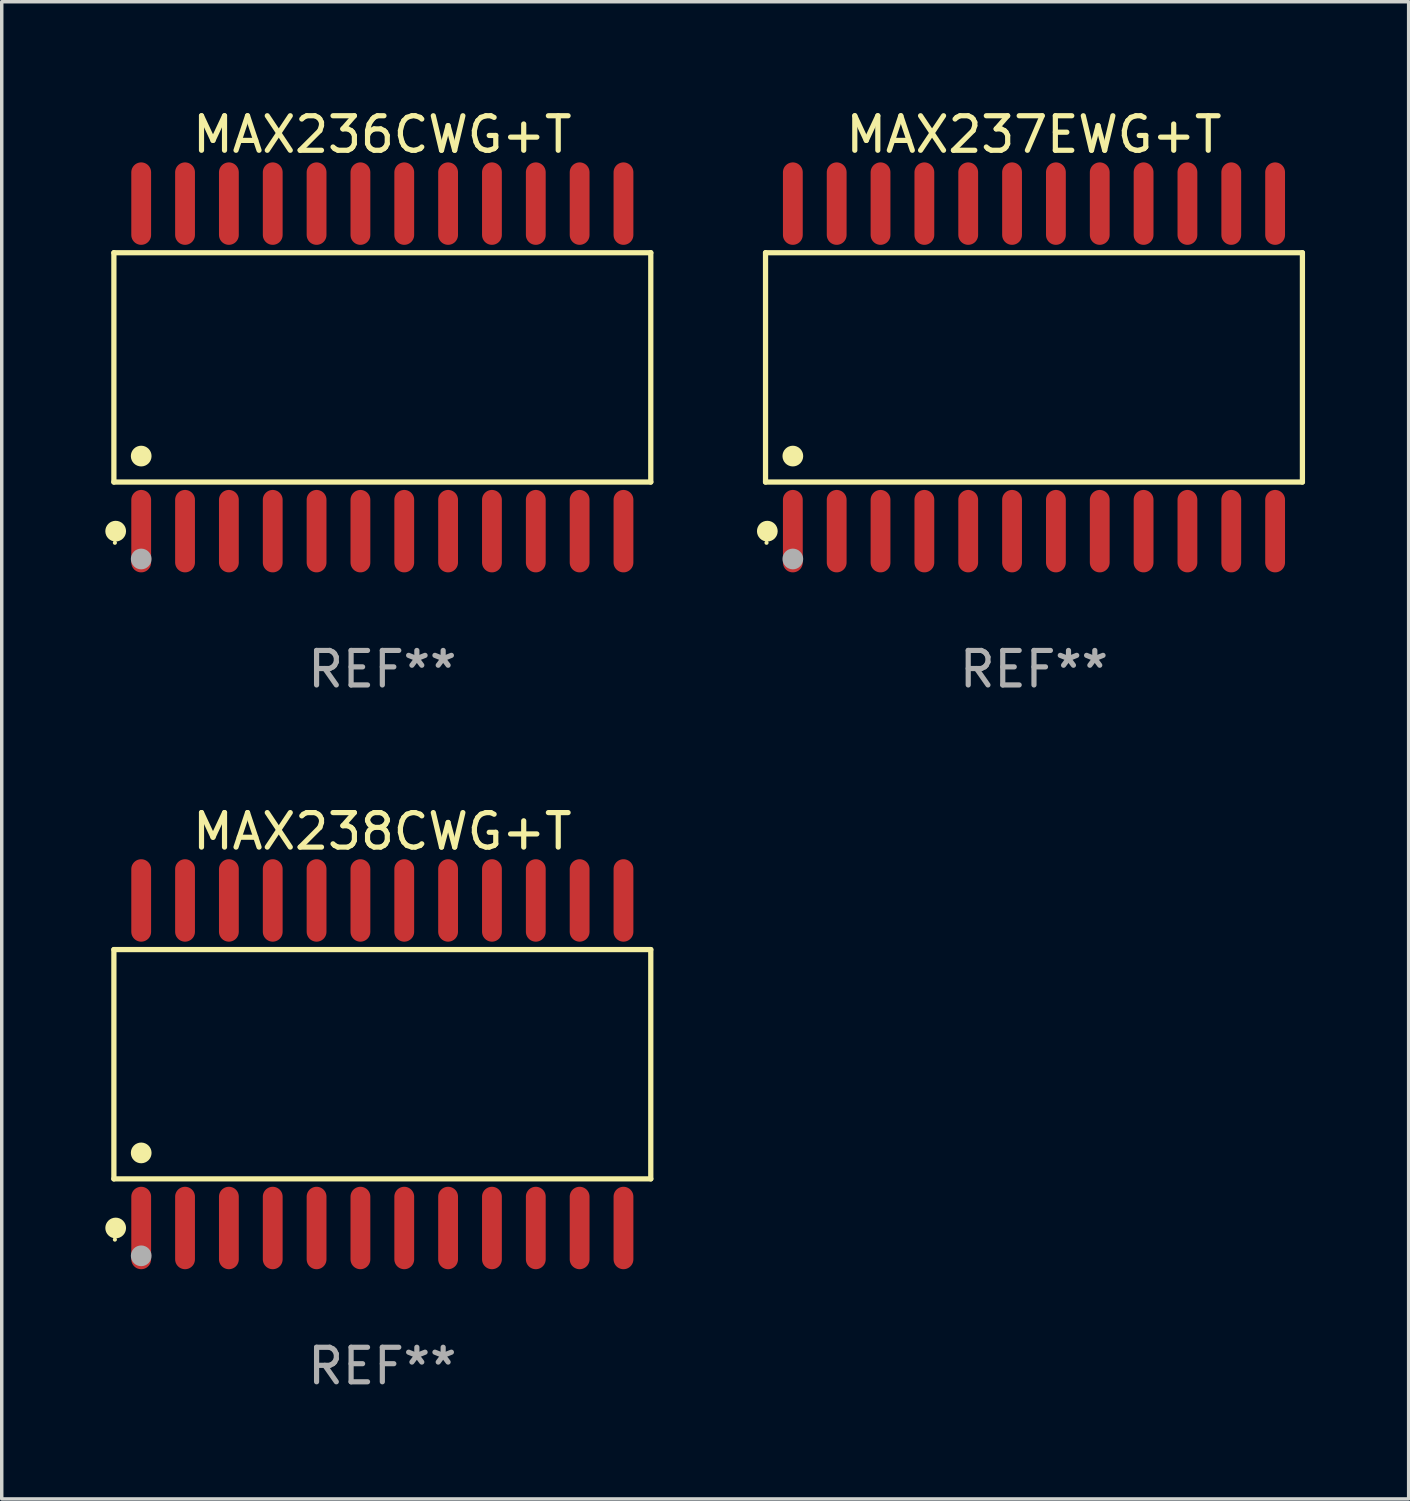
<source format=kicad_pcb>
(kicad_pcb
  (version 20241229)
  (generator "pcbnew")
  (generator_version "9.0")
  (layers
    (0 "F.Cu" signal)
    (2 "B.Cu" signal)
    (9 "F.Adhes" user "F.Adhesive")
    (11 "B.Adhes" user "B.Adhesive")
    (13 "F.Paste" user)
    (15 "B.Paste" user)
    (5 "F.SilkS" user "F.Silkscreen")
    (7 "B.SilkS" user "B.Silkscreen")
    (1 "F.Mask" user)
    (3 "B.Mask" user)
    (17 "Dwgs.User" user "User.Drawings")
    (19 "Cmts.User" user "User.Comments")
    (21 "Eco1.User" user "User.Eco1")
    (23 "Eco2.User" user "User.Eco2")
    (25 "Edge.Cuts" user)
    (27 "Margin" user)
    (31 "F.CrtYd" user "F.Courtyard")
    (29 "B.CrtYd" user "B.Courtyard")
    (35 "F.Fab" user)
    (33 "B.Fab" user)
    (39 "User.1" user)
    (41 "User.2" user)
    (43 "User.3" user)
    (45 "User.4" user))
  (footprint "MAX238CWG+T"
    (layer "F.Cu")
    (at 8.025 27.777)
    (property "Reference" "MAX238CWG+T" (at 0 -6.744 0) (layer "F.SilkS") (effects (font (size 1 1) (thickness 0.15))))
    (attr through_hole)
    (fp_line (start -7.776 -3.321) (end 7.776 -3.321) (stroke (width 0.152) (type solid)) (layer "F.SilkS"))
    (fp_line (start -7.776 3.321) (end -7.776 -3.321) (stroke (width 0.152) (type solid)) (layer "F.SilkS"))
    (fp_line (start 7.776 -3.321) (end 7.776 3.321) (stroke (width 0.152) (type solid)) (layer "F.SilkS"))
    (fp_line (start 7.776 3.321) (end -7.776 3.321) (stroke (width 0.152) (type solid)) (layer "F.SilkS"))
    (fp_circle (center -7.747 5.08) (end -7.717 5.08) (stroke (width 0.06) (type solid)) (fill no) (layer "F.SilkS"))
    (fp_circle (center -7.724 4.744) (end -7.574 4.744) (stroke (width 0.3) (type solid)) (fill no) (layer "F.SilkS"))
    (fp_circle (center -6.985 2.569) (end -6.835 2.569) (stroke (width 0.3) (type solid)) (fill no) (layer "F.SilkS"))
    (fp_circle (center -6.985 5.55) (end -6.835 5.55) (stroke (width 0.3) (type solid)) (fill no) (layer "F.Fab"))
    (fp_text user "REF**" (at 0 8.744 0) (layer "F.Fab") (effects (font (size 1 1) (thickness 0.15))))
    (pad "1" smd oval (at -6.985 4.744) (size 0.574 2.388) (layers "F.Cu" "F.Mask" "F.Paste"))
    (pad "2" smd oval (at -5.715 4.744) (size 0.574 2.388) (layers "F.Cu" "F.Mask" "F.Paste"))
    (pad "3" smd oval (at -4.445 4.744) (size 0.574 2.388) (layers "F.Cu" "F.Mask" "F.Paste"))
    (pad "4" smd oval (at -3.175 4.744) (size 0.574 2.388) (layers "F.Cu" "F.Mask" "F.Paste"))
    (pad "5" smd oval (at -1.905 4.744) (size 0.574 2.388) (layers "F.Cu" "F.Mask" "F.Paste"))
    (pad "6" smd oval (at -0.635 4.744) (size 0.574 2.388) (layers "F.Cu" "F.Mask" "F.Paste"))
    (pad "7" smd oval (at 0.635 4.744) (size 0.574 2.388) (layers "F.Cu" "F.Mask" "F.Paste"))
    (pad "8" smd oval (at 1.905 4.744) (size 0.574 2.388) (layers "F.Cu" "F.Mask" "F.Paste"))
    (pad "9" smd oval (at 3.175 4.744) (size 0.574 2.388) (layers "F.Cu" "F.Mask" "F.Paste"))
    (pad "10" smd oval (at 4.445 4.744) (size 0.574 2.388) (layers "F.Cu" "F.Mask" "F.Paste"))
    (pad "11" smd oval (at 5.715 4.744) (size 0.574 2.388) (layers "F.Cu" "F.Mask" "F.Paste"))
    (pad "12" smd oval (at 6.985 4.744) (size 0.574 2.388) (layers "F.Cu" "F.Mask" "F.Paste"))
    (pad "13" smd oval (at 6.985 -4.744) (size 0.574 2.388) (layers "F.Cu" "F.Mask" "F.Paste"))
    (pad "14" smd oval (at 5.715 -4.744) (size 0.574 2.388) (layers "F.Cu" "F.Mask" "F.Paste"))
    (pad "15" smd oval (at 4.445 -4.744) (size 0.574 2.388) (layers "F.Cu" "F.Mask" "F.Paste"))
    (pad "16" smd oval (at 3.175 -4.744) (size 0.574 2.388) (layers "F.Cu" "F.Mask" "F.Paste"))
    (pad "17" smd oval (at 1.905 -4.744) (size 0.574 2.388) (layers "F.Cu" "F.Mask" "F.Paste"))
    (pad "18" smd oval (at 0.635 -4.744) (size 0.574 2.388) (layers "F.Cu" "F.Mask" "F.Paste"))
    (pad "19" smd oval (at -0.635 -4.744) (size 0.574 2.388) (layers "F.Cu" "F.Mask" "F.Paste"))
    (pad "20" smd oval (at -1.905 -4.744) (size 0.574 2.388) (layers "F.Cu" "F.Mask" "F.Paste"))
    (pad "21" smd oval (at -3.175 -4.744) (size 0.574 2.388) (layers "F.Cu" "F.Mask" "F.Paste"))
    (pad "22" smd oval (at -4.445 -4.744) (size 0.574 2.388) (layers "F.Cu" "F.Mask" "F.Paste"))
    (pad "23" smd oval (at -5.715 -4.744) (size 0.574 2.388) (layers "F.Cu" "F.Mask" "F.Paste"))
    (pad "24" smd oval (at -6.985 -4.744) (size 0.574 2.388) (layers "F.Cu" "F.Mask" "F.Paste")))
  (footprint "MAX237EWG+T"
    (layer "F.Cu")
    (at 26.901 7.592)
    (property "Reference" "MAX237EWG+T" (at 0 -6.744 0) (layer "F.SilkS") (effects (font (size 1 1) (thickness 0.15))))
    (attr through_hole)
    (fp_line (start -7.776 -3.321) (end 7.776 -3.321) (stroke (width 0.152) (type solid)) (layer "F.SilkS"))
    (fp_line (start -7.776 3.321) (end -7.776 -3.321) (stroke (width 0.152) (type solid)) (layer "F.SilkS"))
    (fp_line (start 7.776 -3.321) (end 7.776 3.321) (stroke (width 0.152) (type solid)) (layer "F.SilkS"))
    (fp_line (start 7.776 3.321) (end -7.776 3.321) (stroke (width 0.152) (type solid)) (layer "F.SilkS"))
    (fp_circle (center -7.747 5.08) (end -7.717 5.08) (stroke (width 0.06) (type solid)) (fill no) (layer "F.SilkS"))
    (fp_circle (center -7.724 4.744) (end -7.574 4.744) (stroke (width 0.3) (type solid)) (fill no) (layer "F.SilkS"))
    (fp_circle (center -6.985 2.569) (end -6.835 2.569) (stroke (width 0.3) (type solid)) (fill no) (layer "F.SilkS"))
    (fp_circle (center -6.985 5.55) (end -6.835 5.55) (stroke (width 0.3) (type solid)) (fill no) (layer "F.Fab"))
    (fp_text user "REF**" (at 0 8.744 0) (layer "F.Fab") (effects (font (size 1 1) (thickness 0.15))))
    (pad "1" smd oval (at -6.985 4.744) (size 0.574 2.388) (layers "F.Cu" "F.Mask" "F.Paste"))
    (pad "2" smd oval (at -5.715 4.744) (size 0.574 2.388) (layers "F.Cu" "F.Mask" "F.Paste"))
    (pad "3" smd oval (at -4.445 4.744) (size 0.574 2.388) (layers "F.Cu" "F.Mask" "F.Paste"))
    (pad "4" smd oval (at -3.175 4.744) (size 0.574 2.388) (layers "F.Cu" "F.Mask" "F.Paste"))
    (pad "5" smd oval (at -1.905 4.744) (size 0.574 2.388) (layers "F.Cu" "F.Mask" "F.Paste"))
    (pad "6" smd oval (at -0.635 4.744) (size 0.574 2.388) (layers "F.Cu" "F.Mask" "F.Paste"))
    (pad "7" smd oval (at 0.635 4.744) (size 0.574 2.388) (layers "F.Cu" "F.Mask" "F.Paste"))
    (pad "8" smd oval (at 1.905 4.744) (size 0.574 2.388) (layers "F.Cu" "F.Mask" "F.Paste"))
    (pad "9" smd oval (at 3.175 4.744) (size 0.574 2.388) (layers "F.Cu" "F.Mask" "F.Paste"))
    (pad "10" smd oval (at 4.445 4.744) (size 0.574 2.388) (layers "F.Cu" "F.Mask" "F.Paste"))
    (pad "11" smd oval (at 5.715 4.744) (size 0.574 2.388) (layers "F.Cu" "F.Mask" "F.Paste"))
    (pad "12" smd oval (at 6.985 4.744) (size 0.574 2.388) (layers "F.Cu" "F.Mask" "F.Paste"))
    (pad "13" smd oval (at 6.985 -4.744) (size 0.574 2.388) (layers "F.Cu" "F.Mask" "F.Paste"))
    (pad "14" smd oval (at 5.715 -4.744) (size 0.574 2.388) (layers "F.Cu" "F.Mask" "F.Paste"))
    (pad "15" smd oval (at 4.445 -4.744) (size 0.574 2.388) (layers "F.Cu" "F.Mask" "F.Paste"))
    (pad "16" smd oval (at 3.175 -4.744) (size 0.574 2.388) (layers "F.Cu" "F.Mask" "F.Paste"))
    (pad "17" smd oval (at 1.905 -4.744) (size 0.574 2.388) (layers "F.Cu" "F.Mask" "F.Paste"))
    (pad "18" smd oval (at 0.635 -4.744) (size 0.574 2.388) (layers "F.Cu" "F.Mask" "F.Paste"))
    (pad "19" smd oval (at -0.635 -4.744) (size 0.574 2.388) (layers "F.Cu" "F.Mask" "F.Paste"))
    (pad "20" smd oval (at -1.905 -4.744) (size 0.574 2.388) (layers "F.Cu" "F.Mask" "F.Paste"))
    (pad "21" smd oval (at -3.175 -4.744) (size 0.574 2.388) (layers "F.Cu" "F.Mask" "F.Paste"))
    (pad "22" smd oval (at -4.445 -4.744) (size 0.574 2.388) (layers "F.Cu" "F.Mask" "F.Paste"))
    (pad "23" smd oval (at -5.715 -4.744) (size 0.574 2.388) (layers "F.Cu" "F.Mask" "F.Paste"))
    (pad "24" smd oval (at -6.985 -4.744) (size 0.574 2.388) (layers "F.Cu" "F.Mask" "F.Paste")))
  (footprint "MAX236CWG+T"
    (layer "F.Cu")
    (at 8.025 7.592)
    (property "Reference" "MAX236CWG+T" (at 0 -6.744 0) (layer "F.SilkS") (effects (font (size 1 1) (thickness 0.15))))
    (attr through_hole)
    (fp_line (start -7.776 -3.321) (end 7.776 -3.321) (stroke (width 0.152) (type solid)) (layer "F.SilkS"))
    (fp_line (start -7.776 3.321) (end -7.776 -3.321) (stroke (width 0.152) (type solid)) (layer "F.SilkS"))
    (fp_line (start 7.776 -3.321) (end 7.776 3.321) (stroke (width 0.152) (type solid)) (layer "F.SilkS"))
    (fp_line (start 7.776 3.321) (end -7.776 3.321) (stroke (width 0.152) (type solid)) (layer "F.SilkS"))
    (fp_circle (center -7.747 5.08) (end -7.717 5.08) (stroke (width 0.06) (type solid)) (fill no) (layer "F.SilkS"))
    (fp_circle (center -7.724 4.744) (end -7.574 4.744) (stroke (width 0.3) (type solid)) (fill no) (layer "F.SilkS"))
    (fp_circle (center -6.985 2.569) (end -6.835 2.569) (stroke (width 0.3) (type solid)) (fill no) (layer "F.SilkS"))
    (fp_circle (center -6.985 5.55) (end -6.835 5.55) (stroke (width 0.3) (type solid)) (fill no) (layer "F.Fab"))
    (fp_text user "REF**" (at 0 8.744 0) (layer "F.Fab") (effects (font (size 1 1) (thickness 0.15))))
    (pad "1" smd oval (at -6.985 4.744) (size 0.574 2.388) (layers "F.Cu" "F.Mask" "F.Paste"))
    (pad "2" smd oval (at -5.715 4.744) (size 0.574 2.388) (layers "F.Cu" "F.Mask" "F.Paste"))
    (pad "3" smd oval (at -4.445 4.744) (size 0.574 2.388) (layers "F.Cu" "F.Mask" "F.Paste"))
    (pad "4" smd oval (at -3.175 4.744) (size 0.574 2.388) (layers "F.Cu" "F.Mask" "F.Paste"))
    (pad "5" smd oval (at -1.905 4.744) (size 0.574 2.388) (layers "F.Cu" "F.Mask" "F.Paste"))
    (pad "6" smd oval (at -0.635 4.744) (size 0.574 2.388) (layers "F.Cu" "F.Mask" "F.Paste"))
    (pad "7" smd oval (at 0.635 4.744) (size 0.574 2.388) (layers "F.Cu" "F.Mask" "F.Paste"))
    (pad "8" smd oval (at 1.905 4.744) (size 0.574 2.388) (layers "F.Cu" "F.Mask" "F.Paste"))
    (pad "9" smd oval (at 3.175 4.744) (size 0.574 2.388) (layers "F.Cu" "F.Mask" "F.Paste"))
    (pad "10" smd oval (at 4.445 4.744) (size 0.574 2.388) (layers "F.Cu" "F.Mask" "F.Paste"))
    (pad "11" smd oval (at 5.715 4.744) (size 0.574 2.388) (layers "F.Cu" "F.Mask" "F.Paste"))
    (pad "12" smd oval (at 6.985 4.744) (size 0.574 2.388) (layers "F.Cu" "F.Mask" "F.Paste"))
    (pad "13" smd oval (at 6.985 -4.744) (size 0.574 2.388) (layers "F.Cu" "F.Mask" "F.Paste"))
    (pad "14" smd oval (at 5.715 -4.744) (size 0.574 2.388) (layers "F.Cu" "F.Mask" "F.Paste"))
    (pad "15" smd oval (at 4.445 -4.744) (size 0.574 2.388) (layers "F.Cu" "F.Mask" "F.Paste"))
    (pad "16" smd oval (at 3.175 -4.744) (size 0.574 2.388) (layers "F.Cu" "F.Mask" "F.Paste"))
    (pad "17" smd oval (at 1.905 -4.744) (size 0.574 2.388) (layers "F.Cu" "F.Mask" "F.Paste"))
    (pad "18" smd oval (at 0.635 -4.744) (size 0.574 2.388) (layers "F.Cu" "F.Mask" "F.Paste"))
    (pad "19" smd oval (at -0.635 -4.744) (size 0.574 2.388) (layers "F.Cu" "F.Mask" "F.Paste"))
    (pad "20" smd oval (at -1.905 -4.744) (size 0.574 2.388) (layers "F.Cu" "F.Mask" "F.Paste"))
    (pad "21" smd oval (at -3.175 -4.744) (size 0.574 2.388) (layers "F.Cu" "F.Mask" "F.Paste"))
    (pad "22" smd oval (at -4.445 -4.744) (size 0.574 2.388) (layers "F.Cu" "F.Mask" "F.Paste"))
    (pad "23" smd oval (at -5.715 -4.744) (size 0.574 2.388) (layers "F.Cu" "F.Mask" "F.Paste"))
    (pad "24" smd oval (at -6.985 -4.744) (size 0.574 2.388) (layers "F.Cu" "F.Mask" "F.Paste")))
  (gr_rect
    (start -3 -3)
    (end 37.754 40.369)
    (stroke (width 0.1) (type default))
    (fill no)
    (layer "Edge.Cuts")))
</source>
